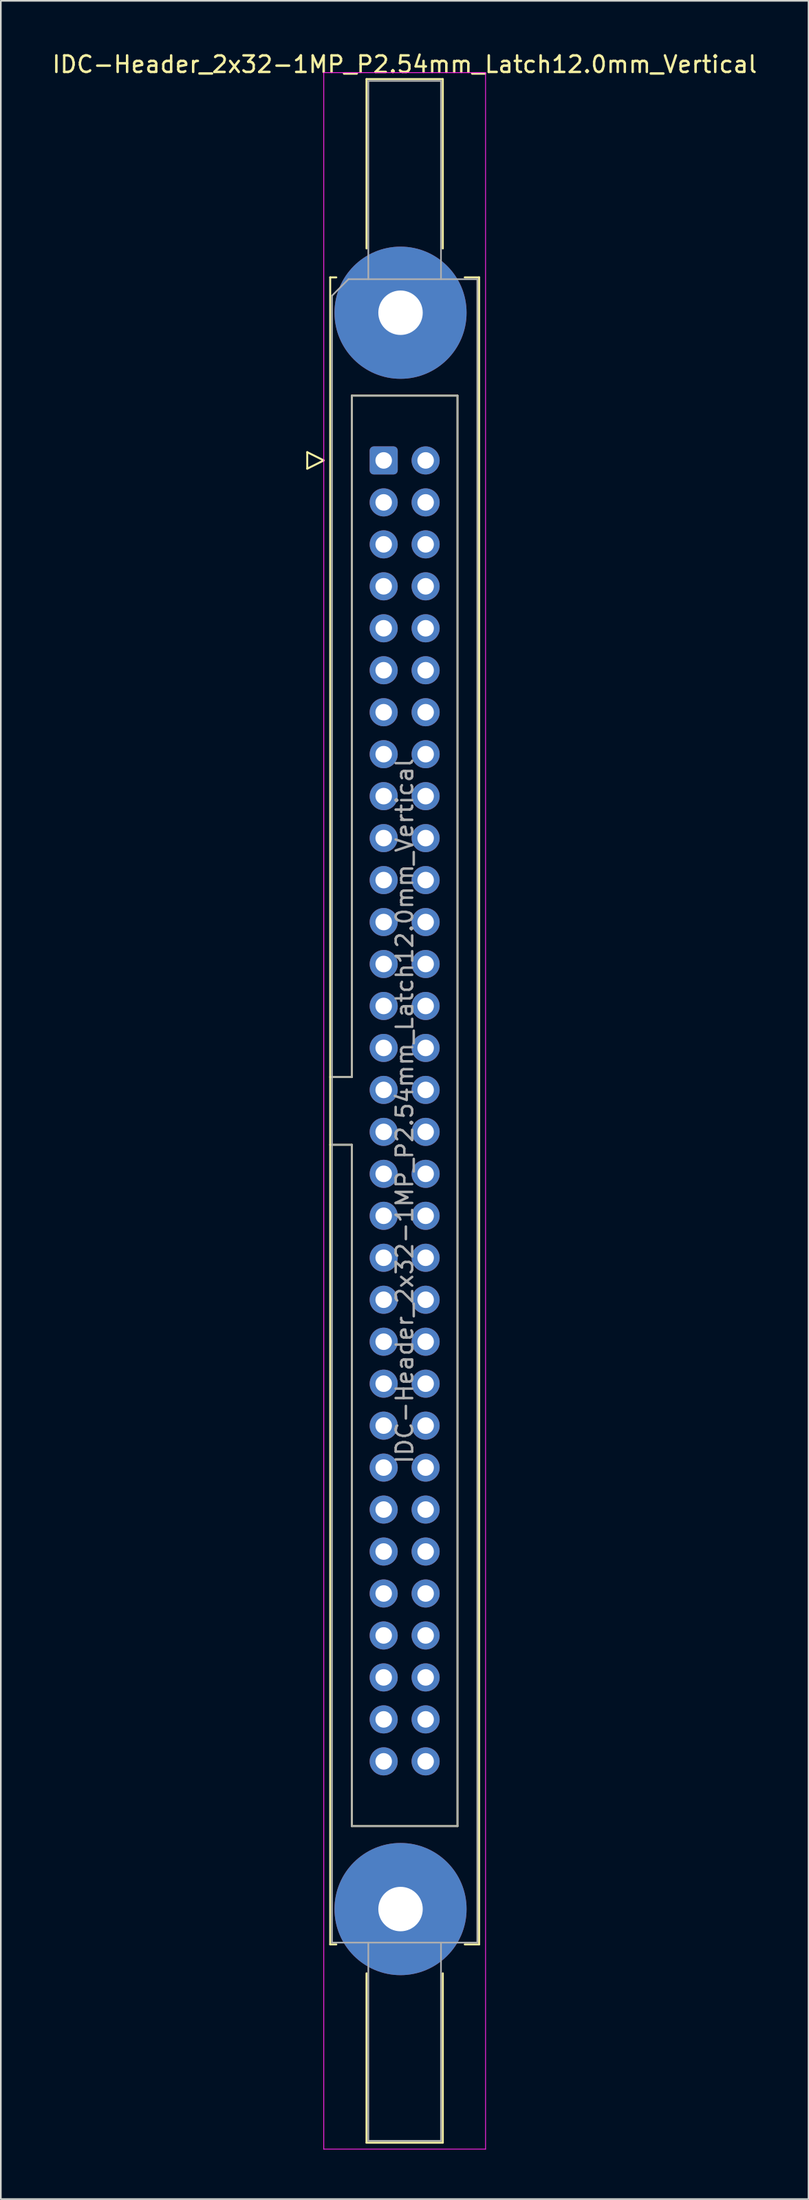
<source format=kicad_pcb>
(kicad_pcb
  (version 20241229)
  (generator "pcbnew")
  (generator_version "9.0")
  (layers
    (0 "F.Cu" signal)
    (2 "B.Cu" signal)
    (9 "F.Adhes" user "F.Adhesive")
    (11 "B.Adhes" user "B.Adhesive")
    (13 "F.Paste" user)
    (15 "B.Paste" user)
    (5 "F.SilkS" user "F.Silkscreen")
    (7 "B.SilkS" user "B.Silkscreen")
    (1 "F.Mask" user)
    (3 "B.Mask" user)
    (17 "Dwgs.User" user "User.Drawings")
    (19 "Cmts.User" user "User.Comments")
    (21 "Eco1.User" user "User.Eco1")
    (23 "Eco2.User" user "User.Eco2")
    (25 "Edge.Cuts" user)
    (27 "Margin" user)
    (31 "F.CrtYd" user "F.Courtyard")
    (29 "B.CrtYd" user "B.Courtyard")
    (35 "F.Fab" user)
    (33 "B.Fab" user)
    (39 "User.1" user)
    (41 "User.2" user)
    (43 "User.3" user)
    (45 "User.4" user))
  (footprint "IDC-Header_2x32-1MP_P2.54mm_Latch12.0mm_Vertical"
    (layer "F.Cu")
    (at 20.188 24.818)
    (property "Reference" "IDC-Header_2x32-1MP_P2.54mm_Latch12.0mm_Vertical" (at 1.27 -23.97 0) (layer "F.SilkS") (effects (font (size 1 1) (thickness 0.15))))
    (attr through_hole)
    (fp_line (start -4.63 -0.5) (end -4.63 0.5) (stroke (width 0.12) (type solid)) (layer "F.SilkS"))
    (fp_line (start -4.63 0.5) (end -3.63 0) (stroke (width 0.12) (type solid)) (layer "F.SilkS"))
    (fp_line (start -3.63 0) (end -4.63 -0.5) (stroke (width 0.12) (type solid)) (layer "F.SilkS"))
    (fp_line (start -3.24 -11.08) (end -3.24 89.82) (stroke (width 0.12) (type solid)) (layer "F.SilkS"))
    (fp_line (start -3.24 37.32) (end -1.93 37.32) (stroke (width 0.12) (type solid)) (layer "F.SilkS"))
    (fp_line (start -3.24 89.82) (end -2.87 89.82) (stroke (width 0.12) (type solid)) (layer "F.SilkS"))
    (fp_line (start -2.87 -11.08) (end -3.24 -11.08) (stroke (width 0.12) (type solid)) (layer "F.SilkS"))
    (fp_line (start -1.93 -3.92) (end 4.47 -3.92) (stroke (width 0.12) (type solid)) (layer "F.SilkS"))
    (fp_line (start -1.93 37.32) (end -1.93 -3.92) (stroke (width 0.12) (type solid)) (layer "F.SilkS"))
    (fp_line (start -1.93 41.42) (end -3.24 41.42) (stroke (width 0.12) (type solid)) (layer "F.SilkS"))
    (fp_line (start -1.93 82.66) (end -1.93 41.42) (stroke (width 0.12) (type solid)) (layer "F.SilkS"))
    (fp_line (start -1.04 -23.08) (end 3.58 -23.08) (stroke (width 0.12) (type solid)) (layer "F.SilkS"))
    (fp_line (start -1.04 -12.83) (end -1.04 -23.08) (stroke (width 0.12) (type solid)) (layer "F.SilkS"))
    (fp_line (start -1.04 91.57) (end -1.04 101.82) (stroke (width 0.12) (type solid)) (layer "F.SilkS"))
    (fp_line (start -1.04 101.82) (end 3.58 101.82) (stroke (width 0.12) (type solid)) (layer "F.SilkS"))
    (fp_line (start 3.58 -23.08) (end 3.58 -12.83) (stroke (width 0.12) (type solid)) (layer "F.SilkS"))
    (fp_line (start 3.58 101.82) (end 3.58 91.57) (stroke (width 0.12) (type solid)) (layer "F.SilkS"))
    (fp_line (start 4.47 -3.92) (end 4.47 82.66) (stroke (width 0.12) (type solid)) (layer "F.SilkS"))
    (fp_line (start 4.47 82.66) (end -1.93 82.66) (stroke (width 0.12) (type solid)) (layer "F.SilkS"))
    (fp_line (start 4.91 -11.08) (end 5.78 -11.08) (stroke (width 0.12) (type solid)) (layer "F.SilkS"))
    (fp_line (start 5.78 -11.08) (end 5.78 89.82) (stroke (width 0.12) (type solid)) (layer "F.SilkS"))
    (fp_line (start 5.78 89.82) (end 4.91 89.82) (stroke (width 0.12) (type solid)) (layer "F.SilkS"))
    (fp_line (start -3.63 -23.47) (end -3.63 102.21) (stroke (width 0.05) (type solid)) (layer "F.CrtYd"))
    (fp_line (start -3.63 102.21) (end 6.17 102.21) (stroke (width 0.05) (type solid)) (layer "F.CrtYd"))
    (fp_line (start 6.17 -23.47) (end -3.63 -23.47) (stroke (width 0.05) (type solid)) (layer "F.CrtYd"))
    (fp_line (start 6.17 102.21) (end 6.17 -23.47) (stroke (width 0.05) (type solid)) (layer "F.CrtYd"))
    (fp_line (start -3.13 -9.97) (end -2.13 -10.97) (stroke (width 0.1) (type solid)) (layer "F.Fab"))
    (fp_line (start -3.13 37.32) (end -1.93 37.32) (stroke (width 0.1) (type solid)) (layer "F.Fab"))
    (fp_line (start -3.13 89.71) (end -3.13 -9.97) (stroke (width 0.1) (type solid)) (layer "F.Fab"))
    (fp_line (start -2.13 -10.97) (end 5.67 -10.97) (stroke (width 0.1) (type solid)) (layer "F.Fab"))
    (fp_line (start -1.93 -3.92) (end 4.47 -3.92) (stroke (width 0.1) (type solid)) (layer "F.Fab"))
    (fp_line (start -1.93 37.32) (end -1.93 -3.92) (stroke (width 0.1) (type solid)) (layer "F.Fab"))
    (fp_line (start -1.93 41.42) (end -3.13 41.42) (stroke (width 0.1) (type solid)) (layer "F.Fab"))
    (fp_line (start -1.93 82.66) (end -1.93 41.42) (stroke (width 0.1) (type solid)) (layer "F.Fab"))
    (fp_line (start -0.93 -22.97) (end 3.47 -22.97) (stroke (width 0.1) (type solid)) (layer "F.Fab"))
    (fp_line (start -0.93 -10.97) (end -0.93 -22.97) (stroke (width 0.1) (type solid)) (layer "F.Fab"))
    (fp_line (start -0.93 89.71) (end -0.93 101.71) (stroke (width 0.1) (type solid)) (layer "F.Fab"))
    (fp_line (start -0.93 101.71) (end 3.47 101.71) (stroke (width 0.1) (type solid)) (layer "F.Fab"))
    (fp_line (start 3.47 -22.97) (end 3.47 -10.97) (stroke (width 0.1) (type solid)) (layer "F.Fab"))
    (fp_line (start 3.47 101.71) (end 3.47 89.71) (stroke (width 0.1) (type solid)) (layer "F.Fab"))
    (fp_line (start 4.47 -3.92) (end 4.47 82.66) (stroke (width 0.1) (type solid)) (layer "F.Fab"))
    (fp_line (start 4.47 82.66) (end -1.93 82.66) (stroke (width 0.1) (type solid)) (layer "F.Fab"))
    (fp_line (start 5.67 -10.97) (end 5.67 89.71) (stroke (width 0.1) (type solid)) (layer "F.Fab"))
    (fp_line (start 5.67 89.71) (end -3.13 89.71) (stroke (width 0.1) (type solid)) (layer "F.Fab"))
    (fp_text user "${REFERENCE}" (at 1.27 39.37 90) (layer "F.Fab") (effects (font (size 1 1) (thickness 0.15))))
    (pad "1" thru_hole roundrect (at 0 0) (size 1.7 1.7) (drill 1) (layers "*.Cu" "*.Mask") (roundrect_rratio 0.147))
    (pad "2" thru_hole circle (at 2.54 0) (size 1.7 1.7) (drill 1) (layers "*.Cu" "*.Mask"))
    (pad "3" thru_hole circle (at 0 2.54) (size 1.7 1.7) (drill 1) (layers "*.Cu" "*.Mask"))
    (pad "4" thru_hole circle (at 2.54 2.54) (size 1.7 1.7) (drill 1) (layers "*.Cu" "*.Mask"))
    (pad "5" thru_hole circle (at 0 5.08) (size 1.7 1.7) (drill 1) (layers "*.Cu" "*.Mask"))
    (pad "6" thru_hole circle (at 2.54 5.08) (size 1.7 1.7) (drill 1) (layers "*.Cu" "*.Mask"))
    (pad "7" thru_hole circle (at 0 7.62) (size 1.7 1.7) (drill 1) (layers "*.Cu" "*.Mask"))
    (pad "8" thru_hole circle (at 2.54 7.62) (size 1.7 1.7) (drill 1) (layers "*.Cu" "*.Mask"))
    (pad "9" thru_hole circle (at 0 10.16) (size 1.7 1.7) (drill 1) (layers "*.Cu" "*.Mask"))
    (pad "10" thru_hole circle (at 2.54 10.16) (size 1.7 1.7) (drill 1) (layers "*.Cu" "*.Mask"))
    (pad "11" thru_hole circle (at 0 12.7) (size 1.7 1.7) (drill 1) (layers "*.Cu" "*.Mask"))
    (pad "12" thru_hole circle (at 2.54 12.7) (size 1.7 1.7) (drill 1) (layers "*.Cu" "*.Mask"))
    (pad "13" thru_hole circle (at 0 15.24) (size 1.7 1.7) (drill 1) (layers "*.Cu" "*.Mask"))
    (pad "14" thru_hole circle (at 2.54 15.24) (size 1.7 1.7) (drill 1) (layers "*.Cu" "*.Mask"))
    (pad "15" thru_hole circle (at 0 17.78) (size 1.7 1.7) (drill 1) (layers "*.Cu" "*.Mask"))
    (pad "16" thru_hole circle (at 2.54 17.78) (size 1.7 1.7) (drill 1) (layers "*.Cu" "*.Mask"))
    (pad "17" thru_hole circle (at 0 20.32) (size 1.7 1.7) (drill 1) (layers "*.Cu" "*.Mask"))
    (pad "18" thru_hole circle (at 2.54 20.32) (size 1.7 1.7) (drill 1) (layers "*.Cu" "*.Mask"))
    (pad "19" thru_hole circle (at 0 22.86) (size 1.7 1.7) (drill 1) (layers "*.Cu" "*.Mask"))
    (pad "20" thru_hole circle (at 2.54 22.86) (size 1.7 1.7) (drill 1) (layers "*.Cu" "*.Mask"))
    (pad "21" thru_hole circle (at 0 25.4) (size 1.7 1.7) (drill 1) (layers "*.Cu" "*.Mask"))
    (pad "22" thru_hole circle (at 2.54 25.4) (size 1.7 1.7) (drill 1) (layers "*.Cu" "*.Mask"))
    (pad "23" thru_hole circle (at 0 27.94) (size 1.7 1.7) (drill 1) (layers "*.Cu" "*.Mask"))
    (pad "24" thru_hole circle (at 2.54 27.94) (size 1.7 1.7) (drill 1) (layers "*.Cu" "*.Mask"))
    (pad "25" thru_hole circle (at 0 30.48) (size 1.7 1.7) (drill 1) (layers "*.Cu" "*.Mask"))
    (pad "26" thru_hole circle (at 2.54 30.48) (size 1.7 1.7) (drill 1) (layers "*.Cu" "*.Mask"))
    (pad "27" thru_hole circle (at 0 33.02) (size 1.7 1.7) (drill 1) (layers "*.Cu" "*.Mask"))
    (pad "28" thru_hole circle (at 2.54 33.02) (size 1.7 1.7) (drill 1) (layers "*.Cu" "*.Mask"))
    (pad "29" thru_hole circle (at 0 35.56) (size 1.7 1.7) (drill 1) (layers "*.Cu" "*.Mask"))
    (pad "30" thru_hole circle (at 2.54 35.56) (size 1.7 1.7) (drill 1) (layers "*.Cu" "*.Mask"))
    (pad "31" thru_hole circle (at 0 38.1) (size 1.7 1.7) (drill 1) (layers "*.Cu" "*.Mask"))
    (pad "32" thru_hole circle (at 2.54 38.1) (size 1.7 1.7) (drill 1) (layers "*.Cu" "*.Mask"))
    (pad "33" thru_hole circle (at 0 40.64) (size 1.7 1.7) (drill 1) (layers "*.Cu" "*.Mask"))
    (pad "34" thru_hole circle (at 2.54 40.64) (size 1.7 1.7) (drill 1) (layers "*.Cu" "*.Mask"))
    (pad "35" thru_hole circle (at 0 43.18) (size 1.7 1.7) (drill 1) (layers "*.Cu" "*.Mask"))
    (pad "36" thru_hole circle (at 2.54 43.18) (size 1.7 1.7) (drill 1) (layers "*.Cu" "*.Mask"))
    (pad "37" thru_hole circle (at 0 45.72) (size 1.7 1.7) (drill 1) (layers "*.Cu" "*.Mask"))
    (pad "38" thru_hole circle (at 2.54 45.72) (size 1.7 1.7) (drill 1) (layers "*.Cu" "*.Mask"))
    (pad "39" thru_hole circle (at 0 48.26) (size 1.7 1.7) (drill 1) (layers "*.Cu" "*.Mask"))
    (pad "40" thru_hole circle (at 2.54 48.26) (size 1.7 1.7) (drill 1) (layers "*.Cu" "*.Mask"))
    (pad "41" thru_hole circle (at 0 50.8) (size 1.7 1.7) (drill 1) (layers "*.Cu" "*.Mask"))
    (pad "42" thru_hole circle (at 2.54 50.8) (size 1.7 1.7) (drill 1) (layers "*.Cu" "*.Mask"))
    (pad "43" thru_hole circle (at 0 53.34) (size 1.7 1.7) (drill 1) (layers "*.Cu" "*.Mask"))
    (pad "44" thru_hole circle (at 2.54 53.34) (size 1.7 1.7) (drill 1) (layers "*.Cu" "*.Mask"))
    (pad "45" thru_hole circle (at 0 55.88) (size 1.7 1.7) (drill 1) (layers "*.Cu" "*.Mask"))
    (pad "46" thru_hole circle (at 2.54 55.88) (size 1.7 1.7) (drill 1) (layers "*.Cu" "*.Mask"))
    (pad "47" thru_hole circle (at 0 58.42) (size 1.7 1.7) (drill 1) (layers "*.Cu" "*.Mask"))
    (pad "48" thru_hole circle (at 2.54 58.42) (size 1.7 1.7) (drill 1) (layers "*.Cu" "*.Mask"))
    (pad "49" thru_hole circle (at 0 60.96) (size 1.7 1.7) (drill 1) (layers "*.Cu" "*.Mask"))
    (pad "50" thru_hole circle (at 2.54 60.96) (size 1.7 1.7) (drill 1) (layers "*.Cu" "*.Mask"))
    (pad "51" thru_hole circle (at 0 63.5) (size 1.7 1.7) (drill 1) (layers "*.Cu" "*.Mask"))
    (pad "52" thru_hole circle (at 2.54 63.5) (size 1.7 1.7) (drill 1) (layers "*.Cu" "*.Mask"))
    (pad "53" thru_hole circle (at 0 66.04) (size 1.7 1.7) (drill 1) (layers "*.Cu" "*.Mask"))
    (pad "54" thru_hole circle (at 2.54 66.04) (size 1.7 1.7) (drill 1) (layers "*.Cu" "*.Mask"))
    (pad "55" thru_hole circle (at 0 68.58) (size 1.7 1.7) (drill 1) (layers "*.Cu" "*.Mask"))
    (pad "56" thru_hole circle (at 2.54 68.58) (size 1.7 1.7) (drill 1) (layers "*.Cu" "*.Mask"))
    (pad "57" thru_hole circle (at 0 71.12) (size 1.7 1.7) (drill 1) (layers "*.Cu" "*.Mask"))
    (pad "58" thru_hole circle (at 2.54 71.12) (size 1.7 1.7) (drill 1) (layers "*.Cu" "*.Mask"))
    (pad "59" thru_hole circle (at 0 73.66) (size 1.7 1.7) (drill 1) (layers "*.Cu" "*.Mask"))
    (pad "60" thru_hole circle (at 2.54 73.66) (size 1.7 1.7) (drill 1) (layers "*.Cu" "*.Mask"))
    (pad "61" thru_hole circle (at 0 76.2) (size 1.7 1.7) (drill 1) (layers "*.Cu" "*.Mask"))
    (pad "62" thru_hole circle (at 2.54 76.2) (size 1.7 1.7) (drill 1) (layers "*.Cu" "*.Mask"))
    (pad "63" thru_hole circle (at 0 78.74) (size 1.7 1.7) (drill 1) (layers "*.Cu" "*.Mask"))
    (pad "64" thru_hole circle (at 2.54 78.74) (size 1.7 1.7) (drill 1) (layers "*.Cu" "*.Mask"))
    (pad "MP" thru_hole circle (at 1.02 -8.94) (size 8 8) (drill 2.69) (layers "*.Cu" "*.Mask"))
    (pad "MP" thru_hole circle (at 1.02 87.68) (size 8 8) (drill 2.69) (layers "*.Cu" "*.Mask")))
  (gr_rect
    (start -3 -3)
    (end 45.917 130.053)
    (stroke (width 0.1) (type default))
    (fill no)
    (layer "Edge.Cuts")))
</source>
